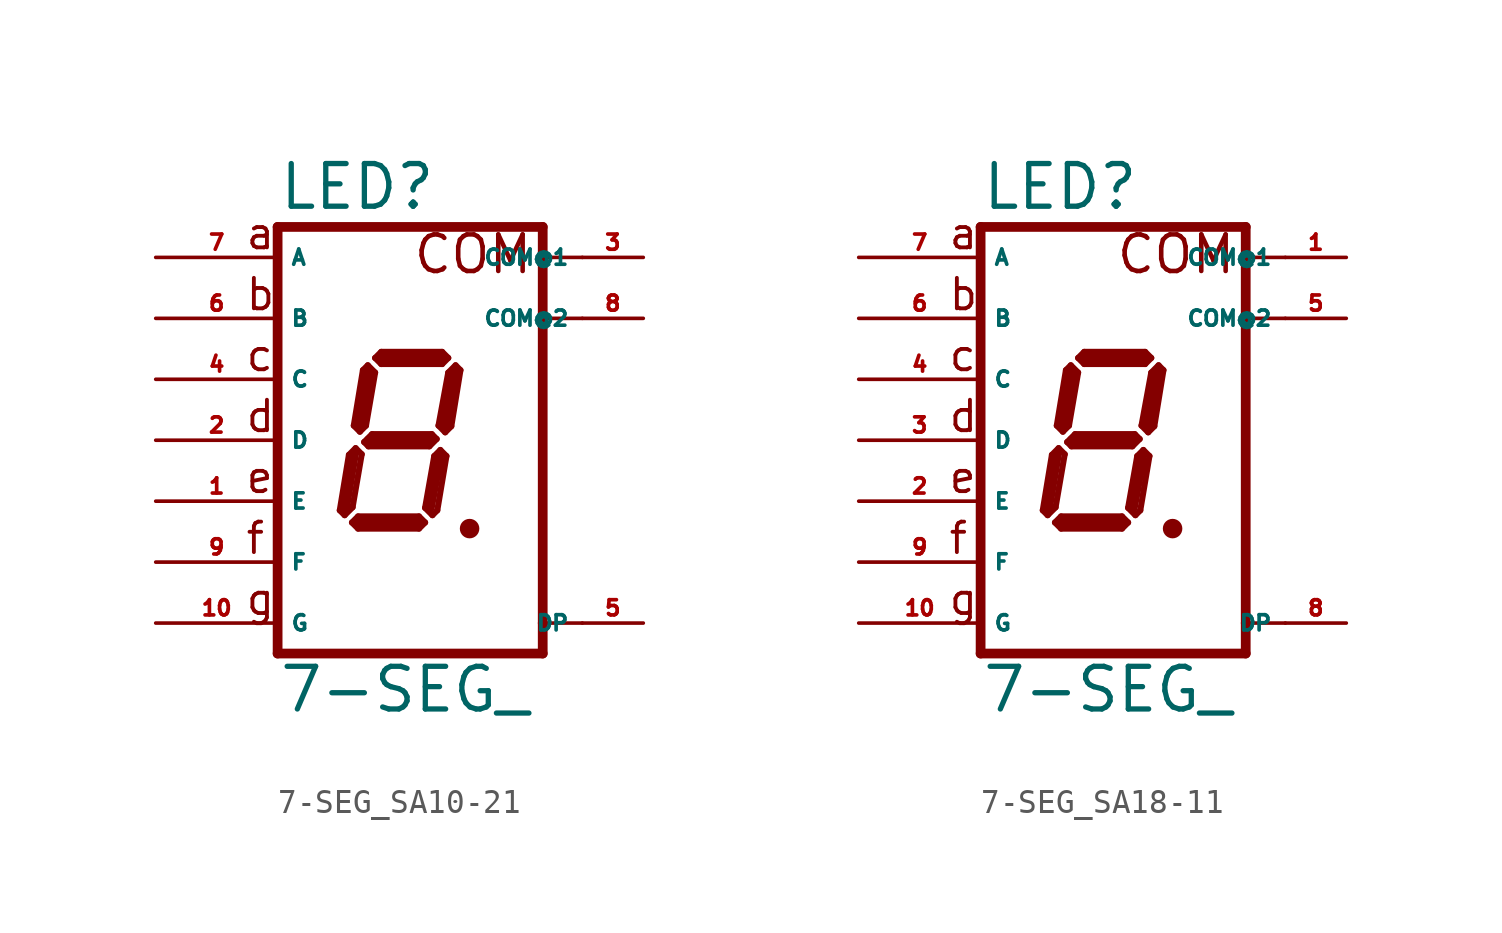
<source format=kicad_sym>
(kicad_symbol_lib
  (version 20220914)
  (generator Eagle2Kicad)
  (symbol "7-SEG_SA10-21"
    (property "Reference" "LED"
      (at -5.08 9.525 0)
      (effects (font (size 1.778 1.778) (thickness 0.22)) (justify left bottom)))
    (property "Value" "7-SEG_"
      (at -5.08 -11.43 0)
      (effects (font (size 1.778 1.778) (thickness 0.22)) (justify left bottom)))
    (polyline
      (pts (xy 2.794 -3.683) (xy 3.048 -3.683))
      (stroke (width 0.305) (type default))
      (fill (type none)))
    (polyline
      (pts (xy 2.337 3.124) (xy 2.032 2.819))
      (stroke (width 0.254) (type default))
      (fill (type none)))
    (polyline
      (pts (xy 2.032 2.819) (xy 1.626 0.61))
      (stroke (width 0.254) (type default))
      (fill (type none)))
    (polyline
      (pts (xy 1.626 0.61) (xy 1.905 0.33))
      (stroke (width 0.254) (type default))
      (fill (type none)))
    (polyline
      (pts (xy 1.905 0.33) (xy 2.159 0.584))
      (stroke (width 0.254) (type default))
      (fill (type none)))
    (polyline
      (pts (xy 2.159 0.584) (xy 2.54 2.921))
      (stroke (width 0.254) (type default))
      (fill (type none)))
    (polyline
      (pts (xy 2.54 2.921) (xy 2.337 3.124))
      (stroke (width 0.254) (type default))
      (fill (type none)))
    (polyline
      (pts (xy 2.032 3.429) (xy 1.778 3.175))
      (stroke (width 0.254) (type default))
      (fill (type none)))
    (polyline
      (pts (xy 1.778 3.175) (xy -0.762 3.175))
      (stroke (width 0.254) (type default))
      (fill (type none)))
    (polyline
      (pts (xy -0.762 3.175) (xy -1.016 3.429))
      (stroke (width 0.254) (type default))
      (fill (type none)))
    (polyline
      (pts (xy -1.016 3.429) (xy -0.762 3.683))
      (stroke (width 0.254) (type default))
      (fill (type none)))
    (polyline
      (pts (xy -0.762 3.683) (xy 1.778 3.683))
      (stroke (width 0.254) (type default))
      (fill (type none)))
    (polyline
      (pts (xy 1.778 3.683) (xy 2.032 3.429))
      (stroke (width 0.254) (type default))
      (fill (type none)))
    (polyline
      (pts (xy -1.321 3.124) (xy -1.016 2.819))
      (stroke (width 0.254) (type default))
      (fill (type none)))
    (polyline
      (pts (xy -1.016 2.819) (xy -1.397 0.61))
      (stroke (width 0.254) (type default))
      (fill (type none)))
    (polyline
      (pts (xy -1.397 0.61) (xy -1.651 0.356))
      (stroke (width 0.254) (type default))
      (fill (type none)))
    (polyline
      (pts (xy -1.651 0.356) (xy -1.905 0.61))
      (stroke (width 0.254) (type default))
      (fill (type none)))
    (polyline
      (pts (xy -1.905 0.61) (xy -1.524 2.921))
      (stroke (width 0.254) (type default))
      (fill (type none)))
    (polyline
      (pts (xy -1.524 2.921) (xy -1.321 3.124))
      (stroke (width 0.254) (type default))
      (fill (type none)))
    (polyline
      (pts (xy -1.473 -0.076) (xy -1.143 0.254))
      (stroke (width 0.254) (type default))
      (fill (type none)))
    (polyline
      (pts (xy -1.143 0.254) (xy 1.346 0.254))
      (stroke (width 0.254) (type default))
      (fill (type none)))
    (polyline
      (pts (xy 1.346 0.254) (xy 1.549 0.051))
      (stroke (width 0.254) (type default))
      (fill (type none)))
    (polyline
      (pts (xy 1.549 0.051) (xy 1.245 -0.254))
      (stroke (width 0.254) (type default))
      (fill (type none)))
    (polyline
      (pts (xy 1.245 -0.254) (xy -1.295 -0.254))
      (stroke (width 0.254) (type default))
      (fill (type none)))
    (polyline
      (pts (xy -1.295 -0.254) (xy -1.473 -0.076))
      (stroke (width 0.254) (type default))
      (fill (type none)))
    (polyline
      (pts (xy -1.829 -0.33) (xy -1.575 -0.584))
      (stroke (width 0.254) (type default))
      (fill (type none)))
    (polyline
      (pts (xy -2.286 -3.124) (xy -1.956 -2.794))
      (stroke (width 0.254) (type default))
      (fill (type none)))
    (polyline
      (pts (xy -1.956 -2.794) (xy -1.575 -0.584))
      (stroke (width 0.254) (type default))
      (fill (type none)))
    (polyline
      (pts (xy -1.829 -0.33) (xy -2.108 -0.61))
      (stroke (width 0.254) (type default))
      (fill (type none)))
    (polyline
      (pts (xy -2.108 -0.61) (xy -2.489 -2.921))
      (stroke (width 0.254) (type default))
      (fill (type none)))
    (polyline
      (pts (xy -2.489 -2.921) (xy -2.286 -3.124))
      (stroke (width 0.254) (type default))
      (fill (type none)))
    (polyline
      (pts (xy -1.981 -3.429) (xy -1.727 -3.175))
      (stroke (width 0.254) (type default))
      (fill (type none)))
    (polyline
      (pts (xy -1.727 -3.175) (xy 0.813 -3.175))
      (stroke (width 0.254) (type default))
      (fill (type none)))
    (polyline
      (pts (xy 0.813 -3.175) (xy 1.067 -3.429))
      (stroke (width 0.254) (type default))
      (fill (type none)))
    (polyline
      (pts (xy 1.067 -3.429) (xy 0.813 -3.683))
      (stroke (width 0.254) (type default))
      (fill (type none)))
    (polyline
      (pts (xy 0.813 -3.683) (xy -1.727 -3.683))
      (stroke (width 0.254) (type default))
      (fill (type none)))
    (polyline
      (pts (xy -1.727 -3.683) (xy -1.981 -3.429))
      (stroke (width 0.254) (type default))
      (fill (type none)))
    (polyline
      (pts (xy 1.702 -0.406) (xy 1.448 -0.66))
      (stroke (width 0.254) (type default))
      (fill (type none)))
    (polyline
      (pts (xy 1.448 -0.66) (xy 1.067 -2.819))
      (stroke (width 0.254) (type default))
      (fill (type none)))
    (polyline
      (pts (xy 1.067 -2.819) (xy 1.372 -3.124))
      (stroke (width 0.254) (type default))
      (fill (type none)))
    (polyline
      (pts (xy 1.372 -3.124) (xy 1.575 -2.921))
      (stroke (width 0.254) (type default))
      (fill (type none)))
    (polyline
      (pts (xy 1.575 -2.921) (xy 1.956 -0.66))
      (stroke (width 0.254) (type default))
      (fill (type none)))
    (polyline
      (pts (xy 1.956 -0.66) (xy 1.702 -0.406))
      (stroke (width 0.254) (type default))
      (fill (type none)))
    (polyline
      (pts (xy 2.286 2.794) (xy 1.905 0.635))
      (stroke (width 0.406) (type default))
      (fill (type none)))
    (polyline
      (pts (xy 1.778 3.429) (xy -0.762 3.429))
      (stroke (width 0.406) (type default))
      (fill (type none)))
    (polyline
      (pts (xy -1.27 2.794) (xy -1.651 0.635))
      (stroke (width 0.406) (type default))
      (fill (type none)))
    (polyline
      (pts (xy -1.27 0) (xy 1.27 0))
      (stroke (width 0.406) (type default))
      (fill (type none)))
    (polyline
      (pts (xy 1.651 -0.762) (xy 1.27 -2.794))
      (stroke (width 0.406) (type default))
      (fill (type none)))
    (polyline
      (pts (xy 0.762 -3.429) (xy -1.651 -3.429))
      (stroke (width 0.406) (type default))
      (fill (type none)))
    (polyline
      (pts (xy -2.286 -2.921) (xy -1.905 -0.635))
      (stroke (width 0.406) (type default))
      (fill (type none)))
    (polyline
      (pts (xy 5.969 8.89) (xy 5.969 7.62))
      (stroke (width 0.406) (type default))
      (fill (type none)))
    (polyline
      (pts (xy 5.969 7.62) (xy 5.969 5.08))
      (stroke (width 0.406) (type default))
      (fill (type none)))
    (polyline
      (pts (xy 5.969 5.08) (xy 5.969 -7.62))
      (stroke (width 0.406) (type default))
      (fill (type none)))
    (polyline
      (pts (xy 5.969 -7.62) (xy 5.969 -8.89))
      (stroke (width 0.406) (type default))
      (fill (type none)))
    (polyline
      (pts (xy -5.08 -8.89) (xy 5.969 -8.89))
      (stroke (width 0.406) (type default))
      (fill (type none)))
    (polyline
      (pts (xy -5.08 -8.89) (xy -5.08 8.89))
      (stroke (width 0.406) (type default))
      (fill (type none)))
    (polyline
      (pts (xy 5.969 8.89) (xy -5.08 8.89))
      (stroke (width 0.406) (type default))
      (fill (type none)))
    (polyline
      (pts (xy 7.62 7.62) (xy 5.969 7.62))
      (stroke (width 0.152) (type default))
      (fill (type none)))
    (polyline
      (pts (xy 7.62 5.08) (xy 5.969 5.08))
      (stroke (width 0.152) (type default))
      (fill (type none)))
    (polyline
      (pts (xy 7.62 -7.62) (xy 5.969 -7.62))
      (stroke (width 0.152) (type default))
      (fill (type none)))
    (text "a"
      (at -6.477 7.874 0)
      (effects (font (size 1.27 1.27) (thickness 0.16)) (justify left bottom)))
    (text "b"
      (at -6.477 5.334 0)
      (effects (font (size 1.27 1.27) (thickness 0.16)) (justify left bottom)))
    (text "c"
      (at -6.477 2.794 0)
      (effects (font (size 1.27 1.27) (thickness 0.16)) (justify left bottom)))
    (text "d"
      (at -6.477 0.254 0)
      (effects (font (size 1.27 1.27) (thickness 0.16)) (justify left bottom)))
    (text "e"
      (at -6.477 -2.286 0)
      (effects (font (size 1.27 1.27) (thickness 0.16)) (justify left bottom)))
    (text "f"
      (at -6.477 -4.826 0)
      (effects (font (size 1.27 1.27) (thickness 0.16)) (justify left bottom)))
    (text "g"
      (at -6.477 -7.366 0)
      (effects (font (size 1.27 1.27) (thickness 0.16)) (justify left bottom)))
    (text "COM"
      (at 0.508 6.858 0)
      (effects (font (size 1.524 1.524) (thickness 0.19)) (justify left bottom)))
    (circle
      (center 2.921 -3.683)
      (radius 0.254)
      (stroke (width 0.305) (type default))
      (fill (type none)))
    (pin passive line
      (at 10.16 -7.62 180)
      (length 2.54)
      (name "DP" (effects (font (size 0.635 0.635) (thickness 0.08)) (justify left bottom)))
      (number "5" (effects (font (size 0.635 0.635) (thickness 0.08)) (justify left bottom))))
    (pin passive line
      (at -10.16 -5.08 0)
      (length 5.08)
      (name "F" (effects (font (size 0.635 0.635) (thickness 0.08)) (justify left bottom)))
      (number "9" (effects (font (size 0.635 0.635) (thickness 0.08)) (justify left bottom))))
    (pin passive line
      (at -10.16 0 0)
      (length 5.08)
      (name "D" (effects (font (size 0.635 0.635) (thickness 0.08)) (justify left bottom)))
      (number "2" (effects (font (size 0.635 0.635) (thickness 0.08)) (justify left bottom))))
    (pin passive line
      (at -10.16 5.08 0)
      (length 5.08)
      (name "B" (effects (font (size 0.635 0.635) (thickness 0.08)) (justify left bottom)))
      (number "6" (effects (font (size 0.635 0.635) (thickness 0.08)) (justify left bottom))))
    (pin passive line
      (at -10.16 7.62 0)
      (length 5.08)
      (name "A" (effects (font (size 0.635 0.635) (thickness 0.08)) (justify left bottom)))
      (number "7" (effects (font (size 0.635 0.635) (thickness 0.08)) (justify left bottom))))
    (pin passive line
      (at 10.16 7.62 180)
      (length 2.54)
      (name "COM@1" (effects (font (size 0.635 0.635) (thickness 0.08)) (justify left bottom)))
      (number "3" (effects (font (size 0.635 0.635) (thickness 0.08)) (justify left bottom))))
    (pin passive line
      (at -10.16 2.54 0)
      (length 5.08)
      (name "C" (effects (font (size 0.635 0.635) (thickness 0.08)) (justify left bottom)))
      (number "4" (effects (font (size 0.635 0.635) (thickness 0.08)) (justify left bottom))))
    (pin passive line
      (at -10.16 -2.54 0)
      (length 5.08)
      (name "E" (effects (font (size 0.635 0.635) (thickness 0.08)) (justify left bottom)))
      (number "1" (effects (font (size 0.635 0.635) (thickness 0.08)) (justify left bottom))))
    (pin passive line
      (at -10.16 -7.62 0)
      (length 5.08)
      (name "G" (effects (font (size 0.635 0.635) (thickness 0.08)) (justify left bottom)))
      (number "10" (effects (font (size 0.635 0.635) (thickness 0.08)) (justify left bottom))))
    (pin passive line
      (at 10.16 5.08 180)
      (length 2.54)
      (name "COM@2" (effects (font (size 0.635 0.635) (thickness 0.08)) (justify left bottom)))
      (number "8" (effects (font (size 0.635 0.635) (thickness 0.08)) (justify left bottom)))))
  (symbol "7-SEG_SA18-11"
    (property "Reference" "LED"
      (at -5.08 9.525 0)
      (effects (font (size 1.778 1.778) (thickness 0.22)) (justify left bottom)))
    (property "Value" "7-SEG_"
      (at -5.08 -11.43 0)
      (effects (font (size 1.778 1.778) (thickness 0.22)) (justify left bottom)))
    (polyline
      (pts (xy 2.794 -3.683) (xy 3.048 -3.683))
      (stroke (width 0.305) (type default))
      (fill (type none)))
    (polyline
      (pts (xy 2.337 3.124) (xy 2.032 2.819))
      (stroke (width 0.254) (type default))
      (fill (type none)))
    (polyline
      (pts (xy 2.032 2.819) (xy 1.626 0.61))
      (stroke (width 0.254) (type default))
      (fill (type none)))
    (polyline
      (pts (xy 1.626 0.61) (xy 1.905 0.33))
      (stroke (width 0.254) (type default))
      (fill (type none)))
    (polyline
      (pts (xy 1.905 0.33) (xy 2.159 0.584))
      (stroke (width 0.254) (type default))
      (fill (type none)))
    (polyline
      (pts (xy 2.159 0.584) (xy 2.54 2.921))
      (stroke (width 0.254) (type default))
      (fill (type none)))
    (polyline
      (pts (xy 2.54 2.921) (xy 2.337 3.124))
      (stroke (width 0.254) (type default))
      (fill (type none)))
    (polyline
      (pts (xy 2.032 3.429) (xy 1.778 3.175))
      (stroke (width 0.254) (type default))
      (fill (type none)))
    (polyline
      (pts (xy 1.778 3.175) (xy -0.762 3.175))
      (stroke (width 0.254) (type default))
      (fill (type none)))
    (polyline
      (pts (xy -0.762 3.175) (xy -1.016 3.429))
      (stroke (width 0.254) (type default))
      (fill (type none)))
    (polyline
      (pts (xy -1.016 3.429) (xy -0.762 3.683))
      (stroke (width 0.254) (type default))
      (fill (type none)))
    (polyline
      (pts (xy -0.762 3.683) (xy 1.778 3.683))
      (stroke (width 0.254) (type default))
      (fill (type none)))
    (polyline
      (pts (xy 1.778 3.683) (xy 2.032 3.429))
      (stroke (width 0.254) (type default))
      (fill (type none)))
    (polyline
      (pts (xy -1.321 3.124) (xy -1.016 2.819))
      (stroke (width 0.254) (type default))
      (fill (type none)))
    (polyline
      (pts (xy -1.016 2.819) (xy -1.397 0.61))
      (stroke (width 0.254) (type default))
      (fill (type none)))
    (polyline
      (pts (xy -1.397 0.61) (xy -1.651 0.356))
      (stroke (width 0.254) (type default))
      (fill (type none)))
    (polyline
      (pts (xy -1.651 0.356) (xy -1.905 0.61))
      (stroke (width 0.254) (type default))
      (fill (type none)))
    (polyline
      (pts (xy -1.905 0.61) (xy -1.524 2.921))
      (stroke (width 0.254) (type default))
      (fill (type none)))
    (polyline
      (pts (xy -1.524 2.921) (xy -1.321 3.124))
      (stroke (width 0.254) (type default))
      (fill (type none)))
    (polyline
      (pts (xy -1.473 -0.076) (xy -1.143 0.254))
      (stroke (width 0.254) (type default))
      (fill (type none)))
    (polyline
      (pts (xy -1.143 0.254) (xy 1.346 0.254))
      (stroke (width 0.254) (type default))
      (fill (type none)))
    (polyline
      (pts (xy 1.346 0.254) (xy 1.549 0.051))
      (stroke (width 0.254) (type default))
      (fill (type none)))
    (polyline
      (pts (xy 1.549 0.051) (xy 1.245 -0.254))
      (stroke (width 0.254) (type default))
      (fill (type none)))
    (polyline
      (pts (xy 1.245 -0.254) (xy -1.295 -0.254))
      (stroke (width 0.254) (type default))
      (fill (type none)))
    (polyline
      (pts (xy -1.295 -0.254) (xy -1.473 -0.076))
      (stroke (width 0.254) (type default))
      (fill (type none)))
    (polyline
      (pts (xy -1.829 -0.33) (xy -1.575 -0.584))
      (stroke (width 0.254) (type default))
      (fill (type none)))
    (polyline
      (pts (xy -2.286 -3.124) (xy -1.956 -2.794))
      (stroke (width 0.254) (type default))
      (fill (type none)))
    (polyline
      (pts (xy -1.956 -2.794) (xy -1.575 -0.584))
      (stroke (width 0.254) (type default))
      (fill (type none)))
    (polyline
      (pts (xy -1.829 -0.33) (xy -2.108 -0.61))
      (stroke (width 0.254) (type default))
      (fill (type none)))
    (polyline
      (pts (xy -2.108 -0.61) (xy -2.489 -2.921))
      (stroke (width 0.254) (type default))
      (fill (type none)))
    (polyline
      (pts (xy -2.489 -2.921) (xy -2.286 -3.124))
      (stroke (width 0.254) (type default))
      (fill (type none)))
    (polyline
      (pts (xy -1.981 -3.429) (xy -1.727 -3.175))
      (stroke (width 0.254) (type default))
      (fill (type none)))
    (polyline
      (pts (xy -1.727 -3.175) (xy 0.813 -3.175))
      (stroke (width 0.254) (type default))
      (fill (type none)))
    (polyline
      (pts (xy 0.813 -3.175) (xy 1.067 -3.429))
      (stroke (width 0.254) (type default))
      (fill (type none)))
    (polyline
      (pts (xy 1.067 -3.429) (xy 0.813 -3.683))
      (stroke (width 0.254) (type default))
      (fill (type none)))
    (polyline
      (pts (xy 0.813 -3.683) (xy -1.727 -3.683))
      (stroke (width 0.254) (type default))
      (fill (type none)))
    (polyline
      (pts (xy -1.727 -3.683) (xy -1.981 -3.429))
      (stroke (width 0.254) (type default))
      (fill (type none)))
    (polyline
      (pts (xy 1.702 -0.406) (xy 1.448 -0.66))
      (stroke (width 0.254) (type default))
      (fill (type none)))
    (polyline
      (pts (xy 1.448 -0.66) (xy 1.067 -2.819))
      (stroke (width 0.254) (type default))
      (fill (type none)))
    (polyline
      (pts (xy 1.067 -2.819) (xy 1.372 -3.124))
      (stroke (width 0.254) (type default))
      (fill (type none)))
    (polyline
      (pts (xy 1.372 -3.124) (xy 1.575 -2.921))
      (stroke (width 0.254) (type default))
      (fill (type none)))
    (polyline
      (pts (xy 1.575 -2.921) (xy 1.956 -0.66))
      (stroke (width 0.254) (type default))
      (fill (type none)))
    (polyline
      (pts (xy 1.956 -0.66) (xy 1.702 -0.406))
      (stroke (width 0.254) (type default))
      (fill (type none)))
    (polyline
      (pts (xy 2.286 2.794) (xy 1.905 0.635))
      (stroke (width 0.406) (type default))
      (fill (type none)))
    (polyline
      (pts (xy 1.778 3.429) (xy -0.762 3.429))
      (stroke (width 0.406) (type default))
      (fill (type none)))
    (polyline
      (pts (xy -1.27 2.794) (xy -1.651 0.635))
      (stroke (width 0.406) (type default))
      (fill (type none)))
    (polyline
      (pts (xy -1.27 0) (xy 1.27 0))
      (stroke (width 0.406) (type default))
      (fill (type none)))
    (polyline
      (pts (xy 1.651 -0.762) (xy 1.27 -2.794))
      (stroke (width 0.406) (type default))
      (fill (type none)))
    (polyline
      (pts (xy 0.762 -3.429) (xy -1.651 -3.429))
      (stroke (width 0.406) (type default))
      (fill (type none)))
    (polyline
      (pts (xy -2.286 -2.921) (xy -1.905 -0.635))
      (stroke (width 0.406) (type default))
      (fill (type none)))
    (polyline
      (pts (xy 5.969 8.89) (xy 5.969 7.62))
      (stroke (width 0.406) (type default))
      (fill (type none)))
    (polyline
      (pts (xy 5.969 7.62) (xy 5.969 5.08))
      (stroke (width 0.406) (type default))
      (fill (type none)))
    (polyline
      (pts (xy 5.969 5.08) (xy 5.969 -7.62))
      (stroke (width 0.406) (type default))
      (fill (type none)))
    (polyline
      (pts (xy 5.969 -7.62) (xy 5.969 -8.89))
      (stroke (width 0.406) (type default))
      (fill (type none)))
    (polyline
      (pts (xy -5.08 -8.89) (xy 5.969 -8.89))
      (stroke (width 0.406) (type default))
      (fill (type none)))
    (polyline
      (pts (xy -5.08 -8.89) (xy -5.08 8.89))
      (stroke (width 0.406) (type default))
      (fill (type none)))
    (polyline
      (pts (xy 5.969 8.89) (xy -5.08 8.89))
      (stroke (width 0.406) (type default))
      (fill (type none)))
    (polyline
      (pts (xy 7.62 7.62) (xy 5.969 7.62))
      (stroke (width 0.152) (type default))
      (fill (type none)))
    (polyline
      (pts (xy 7.62 5.08) (xy 5.969 5.08))
      (stroke (width 0.152) (type default))
      (fill (type none)))
    (polyline
      (pts (xy 7.62 -7.62) (xy 5.969 -7.62))
      (stroke (width 0.152) (type default))
      (fill (type none)))
    (text "a"
      (at -6.477 7.874 0)
      (effects (font (size 1.27 1.27) (thickness 0.16)) (justify left bottom)))
    (text "b"
      (at -6.477 5.334 0)
      (effects (font (size 1.27 1.27) (thickness 0.16)) (justify left bottom)))
    (text "c"
      (at -6.477 2.794 0)
      (effects (font (size 1.27 1.27) (thickness 0.16)) (justify left bottom)))
    (text "d"
      (at -6.477 0.254 0)
      (effects (font (size 1.27 1.27) (thickness 0.16)) (justify left bottom)))
    (text "e"
      (at -6.477 -2.286 0)
      (effects (font (size 1.27 1.27) (thickness 0.16)) (justify left bottom)))
    (text "f"
      (at -6.477 -4.826 0)
      (effects (font (size 1.27 1.27) (thickness 0.16)) (justify left bottom)))
    (text "g"
      (at -6.477 -7.366 0)
      (effects (font (size 1.27 1.27) (thickness 0.16)) (justify left bottom)))
    (text "COM"
      (at 0.508 6.858 0)
      (effects (font (size 1.524 1.524) (thickness 0.19)) (justify left bottom)))
    (circle
      (center 2.921 -3.683)
      (radius 0.254)
      (stroke (width 0.305) (type default))
      (fill (type none)))
    (pin passive line
      (at 10.16 -7.62 180)
      (length 2.54)
      (name "DP" (effects (font (size 0.635 0.635) (thickness 0.08)) (justify left bottom)))
      (number "8" (effects (font (size 0.635 0.635) (thickness 0.08)) (justify left bottom))))
    (pin passive line
      (at -10.16 -5.08 0)
      (length 5.08)
      (name "F" (effects (font (size 0.635 0.635) (thickness 0.08)) (justify left bottom)))
      (number "9" (effects (font (size 0.635 0.635) (thickness 0.08)) (justify left bottom))))
    (pin passive line
      (at -10.16 0 0)
      (length 5.08)
      (name "D" (effects (font (size 0.635 0.635) (thickness 0.08)) (justify left bottom)))
      (number "3" (effects (font (size 0.635 0.635) (thickness 0.08)) (justify left bottom))))
    (pin passive line
      (at -10.16 5.08 0)
      (length 5.08)
      (name "B" (effects (font (size 0.635 0.635) (thickness 0.08)) (justify left bottom)))
      (number "6" (effects (font (size 0.635 0.635) (thickness 0.08)) (justify left bottom))))
    (pin passive line
      (at -10.16 7.62 0)
      (length 5.08)
      (name "A" (effects (font (size 0.635 0.635) (thickness 0.08)) (justify left bottom)))
      (number "7" (effects (font (size 0.635 0.635) (thickness 0.08)) (justify left bottom))))
    (pin passive line
      (at 10.16 7.62 180)
      (length 2.54)
      (name "COM@1" (effects (font (size 0.635 0.635) (thickness 0.08)) (justify left bottom)))
      (number "1" (effects (font (size 0.635 0.635) (thickness 0.08)) (justify left bottom))))
    (pin passive line
      (at -10.16 2.54 0)
      (length 5.08)
      (name "C" (effects (font (size 0.635 0.635) (thickness 0.08)) (justify left bottom)))
      (number "4" (effects (font (size 0.635 0.635) (thickness 0.08)) (justify left bottom))))
    (pin passive line
      (at -10.16 -2.54 0)
      (length 5.08)
      (name "E" (effects (font (size 0.635 0.635) (thickness 0.08)) (justify left bottom)))
      (number "2" (effects (font (size 0.635 0.635) (thickness 0.08)) (justify left bottom))))
    (pin passive line
      (at -10.16 -7.62 0)
      (length 5.08)
      (name "G" (effects (font (size 0.635 0.635) (thickness 0.08)) (justify left bottom)))
      (number "10" (effects (font (size 0.635 0.635) (thickness 0.08)) (justify left bottom))))
    (pin passive line
      (at 10.16 5.08 180)
      (length 2.54)
      (name "COM@2" (effects (font (size 0.635 0.635) (thickness 0.08)) (justify left bottom)))
      (number "5" (effects (font (size 0.635 0.635) (thickness 0.08)) (justify left bottom))))))
</source>
